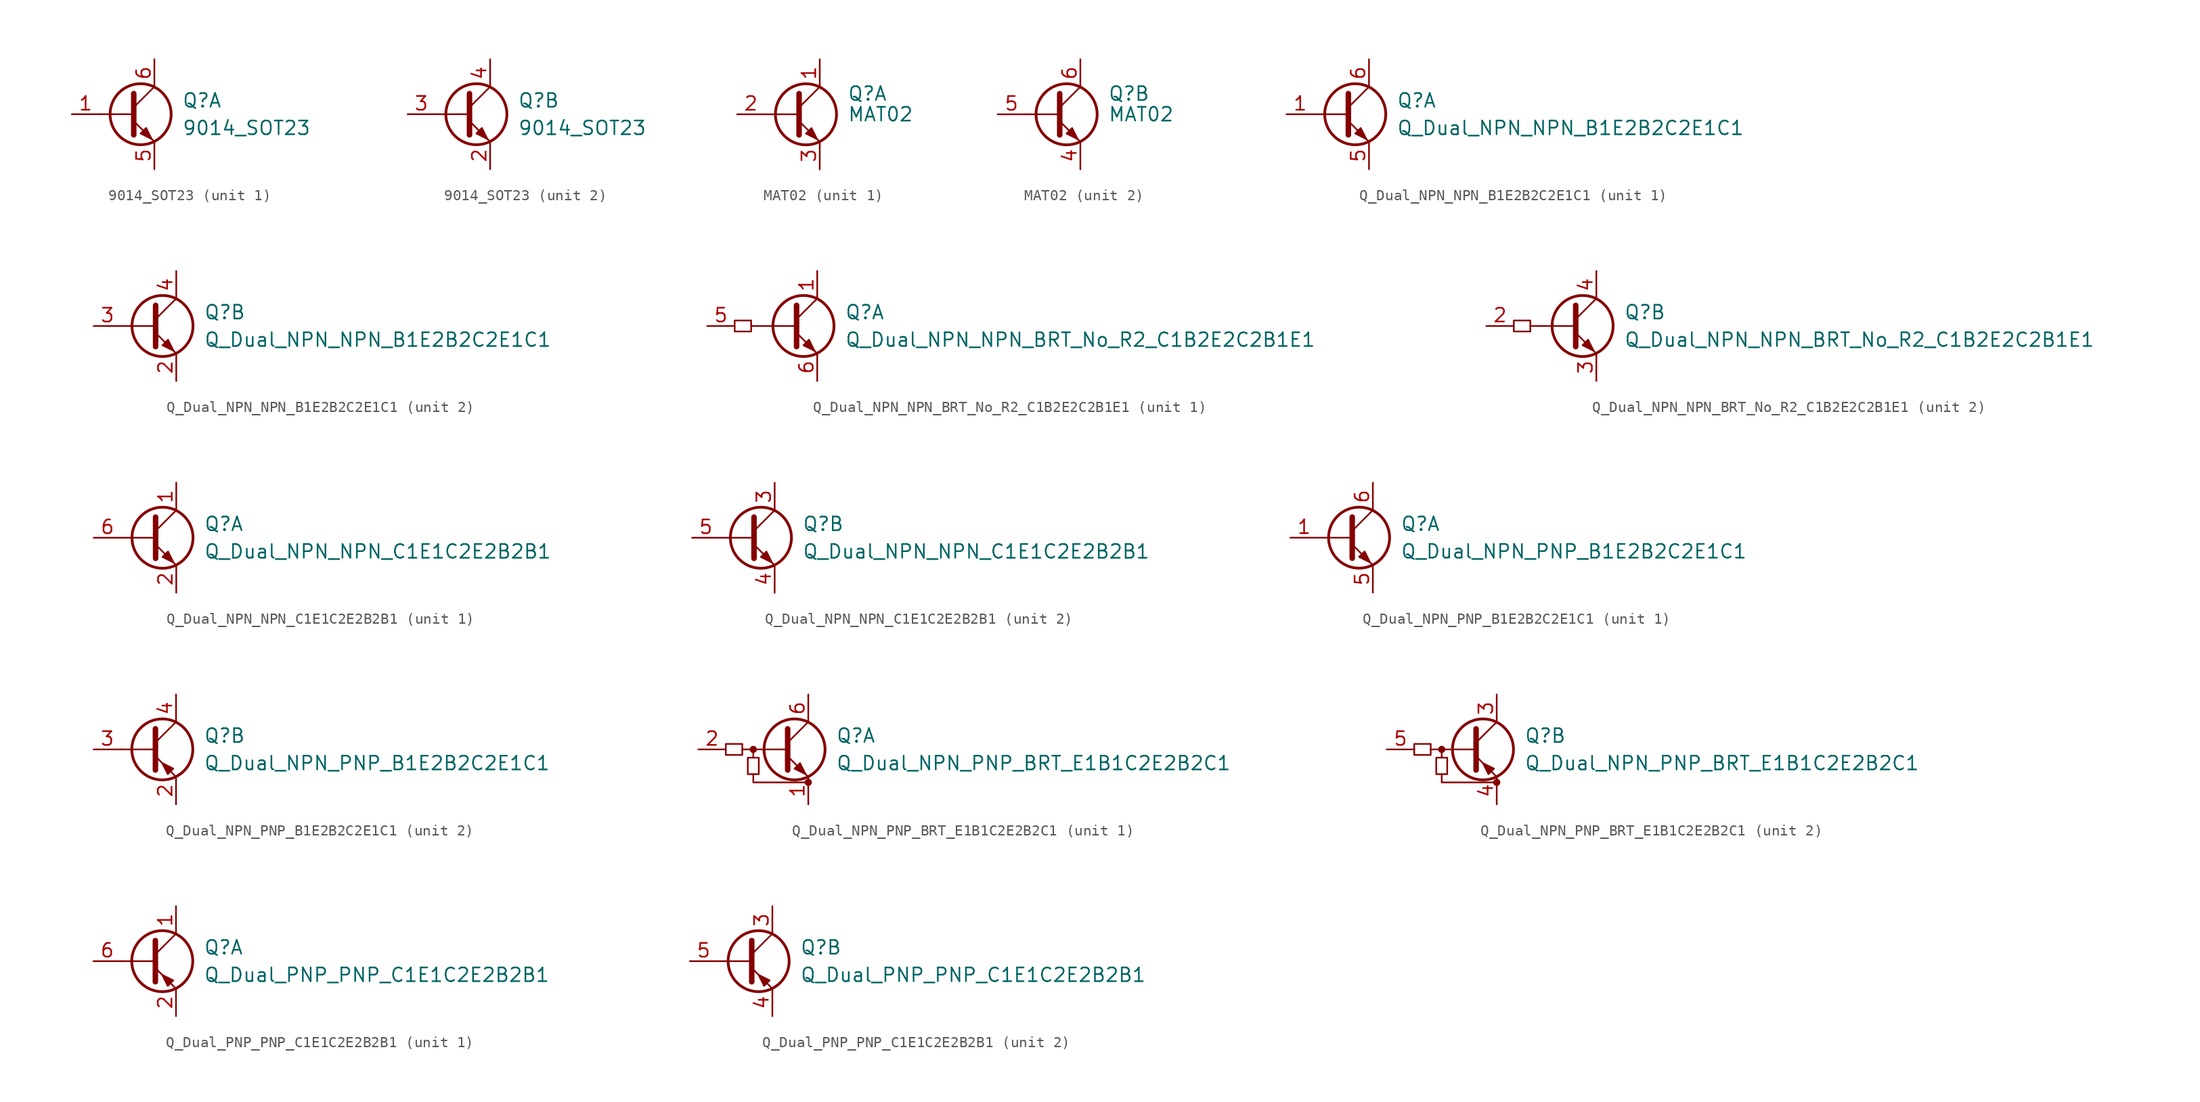
<source format=kicad_sym>
(kicad_symbol_lib
  (version 20231120)
  (generator "kicad_symbol_editor")
  (generator_version "8.0")
  (symbol "9014_SOT23"
    (pin_names
      (offset 0) hide)
    (property "Reference" "Q"
      (at 5.08 1.27 0)
      (effects (font (size 1.27 1.27)) (justify left)))
    (property "Value" "9014_SOT23"
      (at 5.08 -1.27 0)
      (effects (font (size 1.27 1.27)) (justify left)))
    (property "ki_locked" ""
      (at 0 0 0)
      (effects (font (size 1.27 1.27))))
    (symbol "9014_SOT23_0_1"
      (polyline (pts (xy 0.635 -0.635) (xy 2.54 -2.54)) (stroke (width 0) (type default)) (fill (type none)))
      (polyline (pts (xy 0.635 0) (xy -2.54 0)) (stroke (width 0) (type default)) (fill (type none)))
      (polyline (pts (xy 0.635 0.635) (xy 2.54 2.54)) (stroke (width 0) (type default)) (fill (type none)))
      (polyline (pts (xy 0.635 1.905) (xy 0.635 -1.905)) (stroke (width 0.508) (type default)) (fill (type none)))
      (polyline (pts (xy 1.27 -1.778) (xy 1.778 -1.27) (xy 2.286 -2.286) (xy 1.27 -1.778)) (stroke (width 0) (type default)) (fill (type outline)))
      (circle (center 1.27 0) (radius 2.819) (stroke (width 0.254) (type default)) (fill (type none))))
    (symbol "9014_SOT23_1_1"
      (pin input line (at -5.08 0 0) (length 2.54) (name "B1" (effects (font (size 1.27 1.27)))) (number "1" (effects (font (size 1.27 1.27)))))
      (pin passive line (at 2.54 -5.08 90) (length 2.54) (name "E1" (effects (font (size 1.27 1.27)))) (number "5" (effects (font (size 1.27 1.27)))))
      (pin passive line (at 2.54 5.08 270) (length 2.54) (name "C1" (effects (font (size 1.27 1.27)))) (number "6" (effects (font (size 1.27 1.27))))))
    (symbol "9014_SOT23_2_1"
      (pin passive line (at 2.54 -5.08 90) (length 2.54) (name "E2" (effects (font (size 1.27 1.27)))) (number "2" (effects (font (size 1.27 1.27)))))
      (pin input line (at -5.08 0 0) (length 2.54) (name "B2" (effects (font (size 1.27 1.27)))) (number "3" (effects (font (size 1.27 1.27)))))
      (pin passive line (at 2.54 5.08 270) (length 2.54) (name "C2" (effects (font (size 1.27 1.27)))) (number "4" (effects (font (size 1.27 1.27)))))))
  (symbol "MAT02"
    (pin_names
      (offset 0) hide)
    (property "Reference" "Q"
      (at 5.08 1.905 0)
      (effects (font (size 1.27 1.27)) (justify left)))
    (property "Value" "MAT02"
      (at 5.08 0 0)
      (effects (font (size 1.27 1.27)) (justify left)))
    (symbol "MAT02_0_1"
      (polyline (pts (xy -2.54 0) (xy 0.635 0)) (stroke (width 0) (type default)) (fill (type none)))
      (polyline (pts (xy 0.635 0.635) (xy 2.54 2.54)) (stroke (width 0) (type default)) (fill (type none)))
      (polyline (pts (xy 0.635 -0.635) (xy 2.54 -2.54) (xy 2.54 -2.54)) (stroke (width 0) (type default)) (fill (type none)))
      (polyline (pts (xy 0.635 1.905) (xy 0.635 -1.905) (xy 0.635 -1.905)) (stroke (width 0.508) (type default)) (fill (type none)))
      (polyline (pts (xy 1.27 -1.778) (xy 1.778 -1.27) (xy 2.286 -2.286) (xy 1.27 -1.778) (xy 1.27 -1.778)) (stroke (width 0) (type default)) (fill (type outline)))
      (circle (center 1.27 0) (radius 2.819) (stroke (width 0.254) (type default)) (fill (type none))))
    (symbol "MAT02_1_1"
      (pin passive line (at 2.54 5.08 270) (length 2.54) (name "C" (effects (font (size 1.27 1.27)))) (number "1" (effects (font (size 1.27 1.27)))))
      (pin input line (at -5.08 0 0) (length 2.54) (name "B" (effects (font (size 1.27 1.27)))) (number "2" (effects (font (size 1.27 1.27)))))
      (pin passive line (at 2.54 -5.08 90) (length 2.54) (name "E" (effects (font (size 1.27 1.27)))) (number "3" (effects (font (size 1.27 1.27))))))
    (symbol "MAT02_2_1"
      (pin passive line (at 2.54 -5.08 90) (length 2.54) (name "E" (effects (font (size 1.27 1.27)))) (number "4" (effects (font (size 1.27 1.27)))))
      (pin input line (at -5.08 0 0) (length 2.54) (name "B" (effects (font (size 1.27 1.27)))) (number "5" (effects (font (size 1.27 1.27)))))
      (pin passive line (at 2.54 5.08 270) (length 2.54) (name "C" (effects (font (size 1.27 1.27)))) (number "6" (effects (font (size 1.27 1.27)))))))
  (symbol "Q_Dual_NPN_NPN_B1E2B2C2E1C1"
    (pin_names
      (offset 0) hide)
    (property "Reference" "Q"
      (at 5.08 1.27 0)
      (effects (font (size 1.27 1.27)) (justify left)))
    (property "Value" "Q_Dual_NPN_NPN_B1E2B2C2E1C1"
      (at 5.08 -1.27 0)
      (effects (font (size 1.27 1.27)) (justify left)))
    (property "ki_locked" ""
      (at 0 0 0)
      (effects (font (size 1.27 1.27))))
    (symbol "Q_Dual_NPN_NPN_B1E2B2C2E1C1_0_1"
      (polyline (pts (xy 0.635 -0.635) (xy 2.54 -2.54)) (stroke (width 0) (type default)) (fill (type none)))
      (polyline (pts (xy 0.635 0) (xy -2.54 0)) (stroke (width 0) (type default)) (fill (type none)))
      (polyline (pts (xy 0.635 0.635) (xy 2.54 2.54)) (stroke (width 0) (type default)) (fill (type none)))
      (polyline (pts (xy 0.635 1.905) (xy 0.635 -1.905)) (stroke (width 0.508) (type default)) (fill (type none)))
      (polyline (pts (xy 1.27 -1.778) (xy 1.778 -1.27) (xy 2.286 -2.286) (xy 1.27 -1.778)) (stroke (width 0) (type default)) (fill (type outline)))
      (circle (center 1.27 0) (radius 2.819) (stroke (width 0.254) (type default)) (fill (type none))))
    (symbol "Q_Dual_NPN_NPN_B1E2B2C2E1C1_1_1"
      (pin input line (at -5.08 0 0) (length 2.54) (name "B1" (effects (font (size 1.27 1.27)))) (number "1" (effects (font (size 1.27 1.27)))))
      (pin passive line (at 2.54 -5.08 90) (length 2.54) (name "E1" (effects (font (size 1.27 1.27)))) (number "5" (effects (font (size 1.27 1.27)))))
      (pin passive line (at 2.54 5.08 270) (length 2.54) (name "C1" (effects (font (size 1.27 1.27)))) (number "6" (effects (font (size 1.27 1.27))))))
    (symbol "Q_Dual_NPN_NPN_B1E2B2C2E1C1_2_1"
      (pin passive line (at 2.54 -5.08 90) (length 2.54) (name "E2" (effects (font (size 1.27 1.27)))) (number "2" (effects (font (size 1.27 1.27)))))
      (pin input line (at -5.08 0 0) (length 2.54) (name "B2" (effects (font (size 1.27 1.27)))) (number "3" (effects (font (size 1.27 1.27)))))
      (pin passive line (at 2.54 5.08 270) (length 2.54) (name "C2" (effects (font (size 1.27 1.27)))) (number "4" (effects (font (size 1.27 1.27)))))))
  (symbol "Q_Dual_NPN_NPN_BRT_No_R2_C1B2E2C2B1E1"
    (pin_names hide)
    (property "Reference" "Q"
      (at 3.81 1.27 0)
      (effects (font (size 1.27 1.27)) (justify left)))
    (property "Value" "Q_Dual_NPN_NPN_BRT_No_R2_C1B2E2C2B1E1"
      (at 3.81 -1.27 0)
      (effects (font (size 1.27 1.27)) (justify left)))
    (symbol "Q_Dual_NPN_NPN_BRT_No_R2_C1B2E2C2B1E1_0_1"
      (rectangle (start -6.35 0.508) (end -4.826 -0.508) (stroke (width 0) (type default)) (fill (type none)))
      (polyline (pts (xy -0.762 0) (xy -4.826 0)) (stroke (width 0) (type default)) (fill (type none)))
      (polyline (pts (xy -0.635 -0.635) (xy 1.27 -2.54)) (stroke (width 0) (type default)) (fill (type none)))
      (polyline (pts (xy -0.635 0.635) (xy 1.27 2.54)) (stroke (width 0) (type default)) (fill (type none)))
      (polyline (pts (xy -0.635 1.905) (xy -0.635 -1.905)) (stroke (width 0.508) (type default)) (fill (type none)))
      (polyline (pts (xy 0 -1.778) (xy 0.508 -1.27) (xy 1.016 -2.286) (xy 0 -1.778)) (stroke (width 0) (type default)) (fill (type outline))))
    (symbol "Q_Dual_NPN_NPN_BRT_No_R2_C1B2E2C2B1E1_1_1"
      (circle (center 0 0) (radius 2.819) (stroke (width 0.254) (type default)) (fill (type none)))
      (pin passive line (at 1.27 5.08 270) (length 2.54) (name "C1" (effects (font (size 1.27 1.27)))) (number "1" (effects (font (size 1.27 1.27)))))
      (pin input line (at -8.89 0 0) (length 2.54) (name "B1" (effects (font (size 1.27 1.27)))) (number "5" (effects (font (size 1.27 1.27)))))
      (pin passive line (at 1.27 -5.08 90) (length 2.54) (name "E1" (effects (font (size 1.27 1.27)))) (number "6" (effects (font (size 1.27 1.27))))))
    (symbol "Q_Dual_NPN_NPN_BRT_No_R2_C1B2E2C2B1E1_2_1"
      (circle (center 0 0) (radius 2.819) (stroke (width 0.254) (type default)) (fill (type none)))
      (pin input line (at -8.89 0 0) (length 2.54) (name "B2" (effects (font (size 1.27 1.27)))) (number "2" (effects (font (size 1.27 1.27)))))
      (pin passive line (at 1.27 -5.08 90) (length 2.54) (name "E2" (effects (font (size 1.27 1.27)))) (number "3" (effects (font (size 1.27 1.27)))))
      (pin passive line (at 1.27 5.08 270) (length 2.54) (name "C2" (effects (font (size 1.27 1.27)))) (number "4" (effects (font (size 1.27 1.27)))))))
  (symbol "Q_Dual_NPN_NPN_C1E1C2E2B2B1"
    (pin_names
      (offset 0) hide)
    (property "Reference" "Q"
      (at 5.08 1.27 0)
      (effects (font (size 1.27 1.27)) (justify left)))
    (property "Value" "Q_Dual_NPN_NPN_C1E1C2E2B2B1"
      (at 5.08 -1.27 0)
      (effects (font (size 1.27 1.27)) (justify left)))
    (property "ki_locked" ""
      (at 0 0 0)
      (effects (font (size 1.27 1.27))))
    (symbol "Q_Dual_NPN_NPN_C1E1C2E2B2B1_0_1"
      (polyline (pts (xy 0.635 -0.635) (xy 2.54 -2.54)) (stroke (width 0) (type default)) (fill (type none)))
      (polyline (pts (xy 0.635 0) (xy -2.54 0)) (stroke (width 0) (type default)) (fill (type none)))
      (polyline (pts (xy 0.635 0.635) (xy 2.54 2.54)) (stroke (width 0) (type default)) (fill (type none)))
      (polyline (pts (xy 0.635 1.905) (xy 0.635 -1.905)) (stroke (width 0.508) (type default)) (fill (type none)))
      (polyline (pts (xy 1.27 -1.778) (xy 1.778 -1.27) (xy 2.286 -2.286) (xy 1.27 -1.778)) (stroke (width 0) (type default)) (fill (type outline)))
      (circle (center 1.27 0) (radius 2.819) (stroke (width 0.254) (type default)) (fill (type none))))
    (symbol "Q_Dual_NPN_NPN_C1E1C2E2B2B1_1_1"
      (pin passive line (at 2.54 5.08 270) (length 2.54) (name "C1" (effects (font (size 1.27 1.27)))) (number "1" (effects (font (size 1.27 1.27)))))
      (pin passive line (at 2.54 -5.08 90) (length 2.54) (name "E1" (effects (font (size 1.27 1.27)))) (number "2" (effects (font (size 1.27 1.27)))))
      (pin input line (at -5.08 0 0) (length 2.54) (name "B1" (effects (font (size 1.27 1.27)))) (number "6" (effects (font (size 1.27 1.27))))))
    (symbol "Q_Dual_NPN_NPN_C1E1C2E2B2B1_2_1"
      (pin passive line (at 2.54 5.08 270) (length 2.54) (name "C2" (effects (font (size 1.27 1.27)))) (number "3" (effects (font (size 1.27 1.27)))))
      (pin passive line (at 2.54 -5.08 90) (length 2.54) (name "E2" (effects (font (size 1.27 1.27)))) (number "4" (effects (font (size 1.27 1.27)))))
      (pin input line (at -5.08 0 0) (length 2.54) (name "B2" (effects (font (size 1.27 1.27)))) (number "5" (effects (font (size 1.27 1.27)))))))
  (symbol "Q_Dual_NPN_PNP_B1E2B2C2E1C1"
    (pin_names
      (offset 0) hide)
    (property "Reference" "Q"
      (at 5.08 1.27 0)
      (effects (font (size 1.27 1.27)) (justify left)))
    (property "Value" "Q_Dual_NPN_PNP_B1E2B2C2E1C1"
      (at 5.08 -1.27 0)
      (effects (font (size 1.27 1.27)) (justify left)))
    (property "ki_locked" ""
      (at 0 0 0)
      (effects (font (size 1.27 1.27))))
    (symbol "Q_Dual_NPN_PNP_B1E2B2C2E1C1_0_1"
      (polyline (pts (xy 0.635 -0.635) (xy 2.54 -2.54)) (stroke (width 0) (type default)) (fill (type none)))
      (polyline (pts (xy 0.635 0) (xy -2.54 0)) (stroke (width 0) (type default)) (fill (type none)))
      (polyline (pts (xy 0.635 0.635) (xy 2.54 2.54)) (stroke (width 0) (type default)) (fill (type none)))
      (polyline (pts (xy 0.635 1.905) (xy 0.635 -1.905)) (stroke (width 0.508) (type default)) (fill (type none)))
      (circle (center 1.27 0) (radius 2.819) (stroke (width 0.254) (type default)) (fill (type none))))
    (symbol "Q_Dual_NPN_PNP_B1E2B2C2E1C1_1_1"
      (polyline (pts (xy 1.27 -1.778) (xy 1.778 -1.27) (xy 2.286 -2.286) (xy 1.27 -1.778)) (stroke (width 0) (type default)) (fill (type outline)))
      (pin input line (at -5.08 0 0) (length 2.54) (name "B1" (effects (font (size 1.27 1.27)))) (number "1" (effects (font (size 1.27 1.27)))))
      (pin passive line (at 2.54 -5.08 90) (length 2.54) (name "E1" (effects (font (size 1.27 1.27)))) (number "5" (effects (font (size 1.27 1.27)))))
      (pin passive line (at 2.54 5.08 270) (length 2.54) (name "C1" (effects (font (size 1.27 1.27)))) (number "6" (effects (font (size 1.27 1.27))))))
    (symbol "Q_Dual_NPN_PNP_B1E2B2C2E1C1_2_1"
      (polyline (pts (xy 2.286 -1.778) (xy 1.778 -2.286) (xy 1.27 -1.27) (xy 2.286 -1.778)) (stroke (width 0) (type default)) (fill (type outline)))
      (pin passive line (at 2.54 -5.08 90) (length 2.54) (name "E2" (effects (font (size 1.27 1.27)))) (number "2" (effects (font (size 1.27 1.27)))))
      (pin input line (at -5.08 0 0) (length 2.54) (name "B2" (effects (font (size 1.27 1.27)))) (number "3" (effects (font (size 1.27 1.27)))))
      (pin passive line (at 2.54 5.08 270) (length 2.54) (name "C2" (effects (font (size 1.27 1.27)))) (number "4" (effects (font (size 1.27 1.27)))))))
  (symbol "Q_Dual_NPN_PNP_BRT_E1B1C2E2B2C1"
    (pin_names hide)
    (property "Reference" "Q"
      (at 3.81 1.27 0)
      (effects (font (size 1.27 1.27)) (justify left)))
    (property "Value" "Q_Dual_NPN_PNP_BRT_E1B1C2E2B2C1"
      (at 3.81 -1.27 0)
      (effects (font (size 1.27 1.27)) (justify left)))
    (symbol "Q_Dual_NPN_PNP_BRT_E1B1C2E2B2C1_0_1"
      (rectangle (start -6.35 0.508) (end -4.826 -0.508) (stroke (width 0) (type default)) (fill (type none)))
      (rectangle (start -4.318 -2.286) (end -3.302 -0.762) (stroke (width 0) (type default)) (fill (type none)))
      (circle (center -3.81 0) (radius 0.254) (stroke (width 0) (type default)) (fill (type outline)))
      (polyline (pts (xy -3.81 -0.762) (xy -3.81 0)) (stroke (width 0) (type default)) (fill (type none)))
      (polyline (pts (xy -0.762 0) (xy -4.826 0)) (stroke (width 0) (type default)) (fill (type none)))
      (polyline (pts (xy -0.635 -0.635) (xy 1.27 -2.54)) (stroke (width 0) (type default)) (fill (type none)))
      (polyline (pts (xy -0.635 0.635) (xy 1.27 2.54)) (stroke (width 0) (type default)) (fill (type none)))
      (polyline (pts (xy -0.635 1.905) (xy -0.635 -1.905)) (stroke (width 0.508) (type default)) (fill (type none)))
      (polyline (pts (xy -3.81 -2.286) (xy -3.81 -3.048) (xy 1.27 -3.048)) (stroke (width 0) (type default)) (fill (type none)))
      (circle (center 1.27 -3.048) (radius 0.254) (stroke (width 0) (type default)) (fill (type outline))))
    (symbol "Q_Dual_NPN_PNP_BRT_E1B1C2E2B2C1_1_1"
      (polyline (pts (xy 0 -1.778) (xy 0.508 -1.27) (xy 1.016 -2.286) (xy 0 -1.778)) (stroke (width 0) (type default)) (fill (type outline)))
      (circle (center 0 0) (radius 2.819) (stroke (width 0.254) (type default)) (fill (type none)))
      (pin passive line (at 1.27 -5.08 90) (length 2.54) (name "E1" (effects (font (size 1.27 1.27)))) (number "1" (effects (font (size 1.27 1.27)))))
      (pin input line (at -8.89 0 0) (length 2.54) (name "B1" (effects (font (size 1.27 1.27)))) (number "2" (effects (font (size 1.27 1.27)))))
      (pin passive line (at 1.27 5.08 270) (length 2.54) (name "C1" (effects (font (size 1.27 1.27)))) (number "6" (effects (font (size 1.27 1.27))))))
    (symbol "Q_Dual_NPN_PNP_BRT_E1B1C2E2B2C1_2_1"
      (polyline (pts (xy 1.016 -1.778) (xy 0.508 -2.286) (xy 0 -1.27) (xy 1.016 -1.778)) (stroke (width 0) (type default)) (fill (type outline)))
      (circle (center 0 0) (radius 2.819) (stroke (width 0.254) (type default)) (fill (type none)))
      (pin passive line (at 1.27 5.08 270) (length 2.54) (name "C2" (effects (font (size 1.27 1.27)))) (number "3" (effects (font (size 1.27 1.27)))))
      (pin passive line (at 1.27 -5.08 90) (length 2.54) (name "E2" (effects (font (size 1.27 1.27)))) (number "4" (effects (font (size 1.27 1.27)))))
      (pin input line (at -8.89 0 0) (length 2.54) (name "B2" (effects (font (size 1.27 1.27)))) (number "5" (effects (font (size 1.27 1.27)))))))
  (symbol "Q_Dual_PNP_PNP_C1E1C2E2B2B1"
    (pin_names
      (offset 0) hide)
    (property "Reference" "Q"
      (at 5.08 1.27 0)
      (effects (font (size 1.27 1.27)) (justify left)))
    (property "Value" "Q_Dual_PNP_PNP_C1E1C2E2B2B1"
      (at 5.08 -1.27 0)
      (effects (font (size 1.27 1.27)) (justify left)))
    (property "ki_locked" ""
      (at 0 0 0)
      (effects (font (size 1.27 1.27))))
    (symbol "Q_Dual_PNP_PNP_C1E1C2E2B2B1_0_1"
      (polyline (pts (xy 0.635 -0.635) (xy 2.54 -2.54)) (stroke (width 0) (type default)) (fill (type none)))
      (polyline (pts (xy 0.635 0) (xy -2.54 0)) (stroke (width 0) (type default)) (fill (type none)))
      (polyline (pts (xy 0.635 0.635) (xy 2.54 2.54)) (stroke (width 0) (type default)) (fill (type none)))
      (polyline (pts (xy 0.635 1.905) (xy 0.635 -1.905)) (stroke (width 0.508) (type default)) (fill (type none)))
      (polyline (pts (xy 2.286 -1.778) (xy 1.778 -2.286) (xy 1.27 -1.27) (xy 2.286 -1.778)) (stroke (width 0) (type default)) (fill (type outline)))
      (circle (center 1.27 0) (radius 2.819) (stroke (width 0.254) (type default)) (fill (type none))))
    (symbol "Q_Dual_PNP_PNP_C1E1C2E2B2B1_1_1"
      (pin passive line (at 2.54 5.08 270) (length 2.54) (name "C1" (effects (font (size 1.27 1.27)))) (number "1" (effects (font (size 1.27 1.27)))))
      (pin passive line (at 2.54 -5.08 90) (length 2.54) (name "E1" (effects (font (size 1.27 1.27)))) (number "2" (effects (font (size 1.27 1.27)))))
      (pin input line (at -5.08 0 0) (length 2.54) (name "B1" (effects (font (size 1.27 1.27)))) (number "6" (effects (font (size 1.27 1.27))))))
    (symbol "Q_Dual_PNP_PNP_C1E1C2E2B2B1_2_1"
      (pin passive line (at 2.54 5.08 270) (length 2.54) (name "C2" (effects (font (size 1.27 1.27)))) (number "3" (effects (font (size 1.27 1.27)))))
      (pin passive line (at 2.54 -5.08 90) (length 2.54) (name "E2" (effects (font (size 1.27 1.27)))) (number "4" (effects (font (size 1.27 1.27)))))
      (pin input line (at -5.08 0 0) (length 2.54) (name "B2" (effects (font (size 1.27 1.27)))) (number "5" (effects (font (size 1.27 1.27))))))))
</source>
